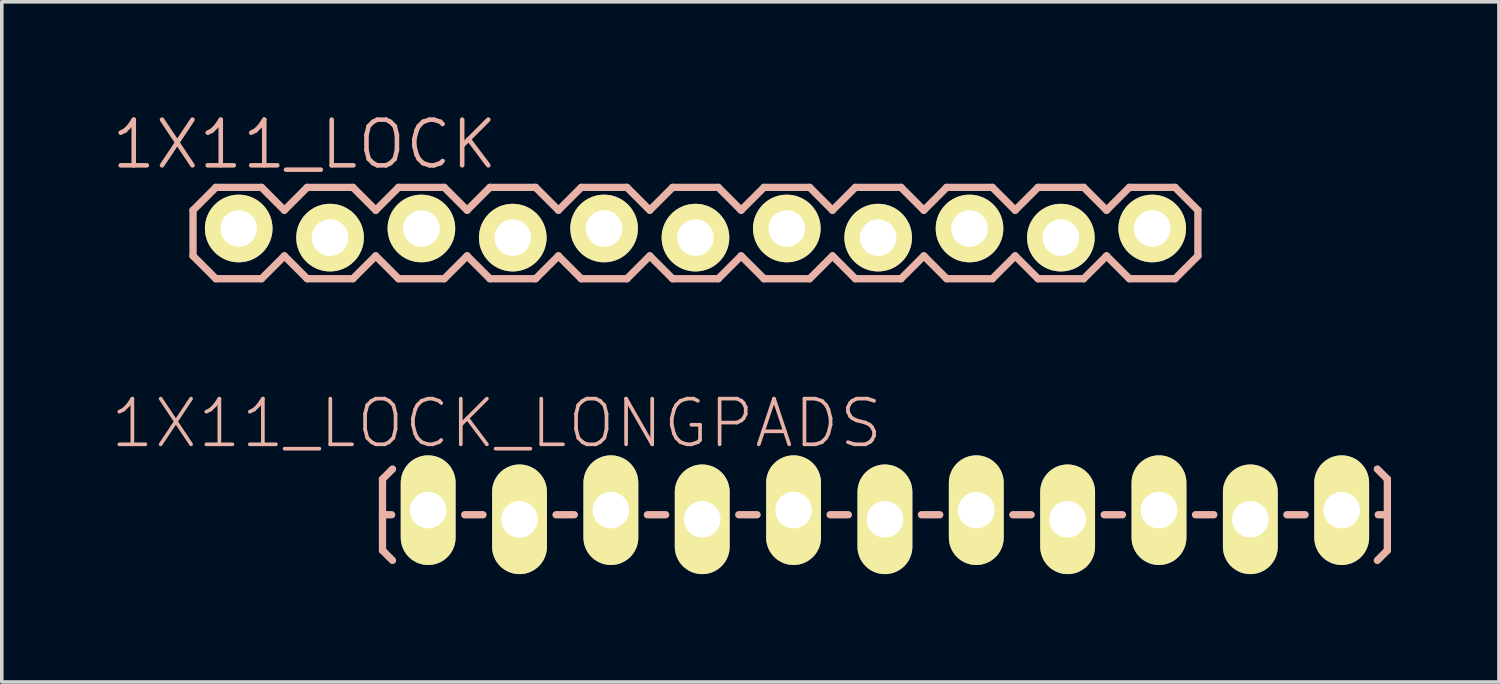
<source format=kicad_pcb>
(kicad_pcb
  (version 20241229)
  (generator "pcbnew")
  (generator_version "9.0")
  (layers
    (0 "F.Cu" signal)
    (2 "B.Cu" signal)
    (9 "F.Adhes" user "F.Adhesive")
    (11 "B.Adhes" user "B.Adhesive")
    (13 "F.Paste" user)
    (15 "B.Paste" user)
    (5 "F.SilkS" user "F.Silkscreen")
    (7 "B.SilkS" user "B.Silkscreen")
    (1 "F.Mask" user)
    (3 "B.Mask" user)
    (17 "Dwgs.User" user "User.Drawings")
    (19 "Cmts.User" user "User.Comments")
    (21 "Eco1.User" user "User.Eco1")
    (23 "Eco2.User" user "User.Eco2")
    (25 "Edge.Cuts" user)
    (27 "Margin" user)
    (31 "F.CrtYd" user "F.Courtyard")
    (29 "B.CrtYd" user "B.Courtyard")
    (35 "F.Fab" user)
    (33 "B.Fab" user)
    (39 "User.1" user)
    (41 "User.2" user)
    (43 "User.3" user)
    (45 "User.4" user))
  (footprint "1X11_LOCK"
    (layer "F.Cu")
    (at 3.587 3.43)
    (property "Reference" "1X11_LOCK" (at 1.829 -2.464 0) (layer "B.SilkS") (effects (font (size 1.27 1.27) (thickness 0.127))))
    (attr exclude_from_pos_files exclude_from_bom)
    (fp_line (start -0.254 -0.254) (end 0.254 -0.254) (stroke (width 0.066) (type solid)) (layer "F.SilkS"))
    (fp_line (start -0.254 0.254) (end -0.254 -0.254) (stroke (width 0.066) (type solid)) (layer "F.SilkS"))
    (fp_line (start -0.254 0.254) (end 0.254 0.254) (stroke (width 0.066) (type solid)) (layer "F.SilkS"))
    (fp_line (start 0.254 0.254) (end 0.254 -0.254) (stroke (width 0.066) (type solid)) (layer "F.SilkS"))
    (fp_line (start 2.286 -0.254) (end 2.794 -0.254) (stroke (width 0.066) (type solid)) (layer "F.SilkS"))
    (fp_line (start 2.286 0.254) (end 2.286 -0.254) (stroke (width 0.066) (type solid)) (layer "F.SilkS"))
    (fp_line (start 2.286 0.254) (end 2.794 0.254) (stroke (width 0.066) (type solid)) (layer "F.SilkS"))
    (fp_line (start 2.794 0.254) (end 2.794 -0.254) (stroke (width 0.066) (type solid)) (layer "F.SilkS"))
    (fp_line (start 4.826 -0.254) (end 5.334 -0.254) (stroke (width 0.066) (type solid)) (layer "F.SilkS"))
    (fp_line (start 4.826 0.254) (end 4.826 -0.254) (stroke (width 0.066) (type solid)) (layer "F.SilkS"))
    (fp_line (start 4.826 0.254) (end 5.334 0.254) (stroke (width 0.066) (type solid)) (layer "F.SilkS"))
    (fp_line (start 5.334 0.254) (end 5.334 -0.254) (stroke (width 0.066) (type solid)) (layer "F.SilkS"))
    (fp_line (start 7.366 -0.254) (end 7.874 -0.254) (stroke (width 0.066) (type solid)) (layer "F.SilkS"))
    (fp_line (start 7.366 0.254) (end 7.366 -0.254) (stroke (width 0.066) (type solid)) (layer "F.SilkS"))
    (fp_line (start 7.366 0.254) (end 7.874 0.254) (stroke (width 0.066) (type solid)) (layer "F.SilkS"))
    (fp_line (start 7.874 0.254) (end 7.874 -0.254) (stroke (width 0.066) (type solid)) (layer "F.SilkS"))
    (fp_line (start 9.906 -0.254) (end 10.414 -0.254) (stroke (width 0.066) (type solid)) (layer "F.SilkS"))
    (fp_line (start 9.906 0.254) (end 9.906 -0.254) (stroke (width 0.066) (type solid)) (layer "F.SilkS"))
    (fp_line (start 9.906 0.254) (end 10.414 0.254) (stroke (width 0.066) (type solid)) (layer "F.SilkS"))
    (fp_line (start 10.414 0.254) (end 10.414 -0.254) (stroke (width 0.066) (type solid)) (layer "F.SilkS"))
    (fp_line (start 12.446 -0.254) (end 12.954 -0.254) (stroke (width 0.066) (type solid)) (layer "F.SilkS"))
    (fp_line (start 12.446 0.254) (end 12.446 -0.254) (stroke (width 0.066) (type solid)) (layer "F.SilkS"))
    (fp_line (start 12.446 0.254) (end 12.954 0.254) (stroke (width 0.066) (type solid)) (layer "F.SilkS"))
    (fp_line (start 12.954 0.254) (end 12.954 -0.254) (stroke (width 0.066) (type solid)) (layer "F.SilkS"))
    (fp_line (start 14.986 -0.254) (end 15.494 -0.254) (stroke (width 0.066) (type solid)) (layer "F.SilkS"))
    (fp_line (start 14.986 0.254) (end 14.986 -0.254) (stroke (width 0.066) (type solid)) (layer "F.SilkS"))
    (fp_line (start 14.986 0.254) (end 15.494 0.254) (stroke (width 0.066) (type solid)) (layer "F.SilkS"))
    (fp_line (start 15.494 0.254) (end 15.494 -0.254) (stroke (width 0.066) (type solid)) (layer "F.SilkS"))
    (fp_line (start 17.523 -0.254) (end 18.034 -0.254) (stroke (width 0.066) (type solid)) (layer "F.SilkS"))
    (fp_line (start 17.523 0.254) (end 17.523 -0.254) (stroke (width 0.066) (type solid)) (layer "F.SilkS"))
    (fp_line (start 17.523 0.254) (end 18.034 0.254) (stroke (width 0.066) (type solid)) (layer "F.SilkS"))
    (fp_line (start 18.034 0.254) (end 18.034 -0.254) (stroke (width 0.066) (type solid)) (layer "F.SilkS"))
    (fp_line (start 20.066 -0.254) (end 20.574 -0.254) (stroke (width 0.066) (type solid)) (layer "F.SilkS"))
    (fp_line (start 20.066 0.254) (end 20.066 -0.254) (stroke (width 0.066) (type solid)) (layer "F.SilkS"))
    (fp_line (start 20.066 0.254) (end 20.574 0.254) (stroke (width 0.066) (type solid)) (layer "F.SilkS"))
    (fp_line (start 20.574 0.254) (end 20.574 -0.254) (stroke (width 0.066) (type solid)) (layer "F.SilkS"))
    (fp_line (start 22.606 -0.254) (end 23.114 -0.254) (stroke (width 0.066) (type solid)) (layer "F.SilkS"))
    (fp_line (start 22.606 0.254) (end 22.606 -0.254) (stroke (width 0.066) (type solid)) (layer "F.SilkS"))
    (fp_line (start 22.606 0.254) (end 23.114 0.254) (stroke (width 0.066) (type solid)) (layer "F.SilkS"))
    (fp_line (start 23.114 0.254) (end 23.114 -0.254) (stroke (width 0.066) (type solid)) (layer "F.SilkS"))
    (fp_line (start 25.146 -0.254) (end 25.654 -0.254) (stroke (width 0.066) (type solid)) (layer "F.SilkS"))
    (fp_line (start 25.146 0.254) (end 25.146 -0.254) (stroke (width 0.066) (type solid)) (layer "F.SilkS"))
    (fp_line (start 25.146 0.254) (end 25.654 0.254) (stroke (width 0.066) (type solid)) (layer "F.SilkS"))
    (fp_line (start 25.654 0.254) (end 25.654 -0.254) (stroke (width 0.066) (type solid)) (layer "F.SilkS"))
    (fp_line (start -1.27 -0.635) (end -1.27 0.635) (stroke (width 0.203) (type solid)) (layer "B.SilkS"))
    (fp_line (start -1.27 0.635) (end -0.635 1.27) (stroke (width 0.203) (type solid)) (layer "B.SilkS"))
    (fp_line (start -0.635 -1.27) (end -1.27 -0.635) (stroke (width 0.203) (type solid)) (layer "B.SilkS"))
    (fp_line (start -0.635 -1.27) (end 0.635 -1.27) (stroke (width 0.203) (type solid)) (layer "B.SilkS"))
    (fp_line (start 0.635 -1.27) (end 1.27 -0.635) (stroke (width 0.203) (type solid)) (layer "B.SilkS"))
    (fp_line (start 0.635 1.27) (end -0.635 1.27) (stroke (width 0.203) (type solid)) (layer "B.SilkS"))
    (fp_line (start 1.27 -0.635) (end 1.905 -1.27) (stroke (width 0.203) (type solid)) (layer "B.SilkS"))
    (fp_line (start 1.27 0.635) (end 0.635 1.27) (stroke (width 0.203) (type solid)) (layer "B.SilkS"))
    (fp_line (start 1.905 -1.27) (end 3.175 -1.27) (stroke (width 0.203) (type solid)) (layer "B.SilkS"))
    (fp_line (start 1.905 1.27) (end 1.27 0.635) (stroke (width 0.203) (type solid)) (layer "B.SilkS"))
    (fp_line (start 3.175 -1.27) (end 3.81 -0.635) (stroke (width 0.203) (type solid)) (layer "B.SilkS"))
    (fp_line (start 3.175 1.27) (end 1.905 1.27) (stroke (width 0.203) (type solid)) (layer "B.SilkS"))
    (fp_line (start 3.81 -0.635) (end 4.445 -1.27) (stroke (width 0.203) (type solid)) (layer "B.SilkS"))
    (fp_line (start 3.81 0.635) (end 3.175 1.27) (stroke (width 0.203) (type solid)) (layer "B.SilkS"))
    (fp_line (start 4.445 -1.27) (end 5.715 -1.27) (stroke (width 0.203) (type solid)) (layer "B.SilkS"))
    (fp_line (start 4.445 1.27) (end 3.81 0.635) (stroke (width 0.203) (type solid)) (layer "B.SilkS"))
    (fp_line (start 5.715 -1.27) (end 6.35 -0.635) (stroke (width 0.203) (type solid)) (layer "B.SilkS"))
    (fp_line (start 5.715 1.27) (end 4.445 1.27) (stroke (width 0.203) (type solid)) (layer "B.SilkS"))
    (fp_line (start 6.35 0.635) (end 5.715 1.27) (stroke (width 0.203) (type solid)) (layer "B.SilkS"))
    (fp_line (start 6.35 0.635) (end 6.985 1.27) (stroke (width 0.203) (type solid)) (layer "B.SilkS"))
    (fp_line (start 6.985 -1.27) (end 6.35 -0.635) (stroke (width 0.203) (type solid)) (layer "B.SilkS"))
    (fp_line (start 6.985 -1.27) (end 8.255 -1.27) (stroke (width 0.203) (type solid)) (layer "B.SilkS"))
    (fp_line (start 8.255 -1.27) (end 8.89 -0.635) (stroke (width 0.203) (type solid)) (layer "B.SilkS"))
    (fp_line (start 8.255 1.27) (end 6.985 1.27) (stroke (width 0.203) (type solid)) (layer "B.SilkS"))
    (fp_line (start 8.89 -0.635) (end 9.525 -1.27) (stroke (width 0.203) (type solid)) (layer "B.SilkS"))
    (fp_line (start 8.89 0.635) (end 8.255 1.27) (stroke (width 0.203) (type solid)) (layer "B.SilkS"))
    (fp_line (start 9.525 -1.27) (end 10.795 -1.27) (stroke (width 0.203) (type solid)) (layer "B.SilkS"))
    (fp_line (start 9.525 1.27) (end 8.89 0.635) (stroke (width 0.203) (type solid)) (layer "B.SilkS"))
    (fp_line (start 10.795 -1.27) (end 11.43 -0.635) (stroke (width 0.203) (type solid)) (layer "B.SilkS"))
    (fp_line (start 10.795 1.27) (end 9.525 1.27) (stroke (width 0.203) (type solid)) (layer "B.SilkS"))
    (fp_line (start 11.43 -0.635) (end 12.065 -1.27) (stroke (width 0.203) (type solid)) (layer "B.SilkS"))
    (fp_line (start 11.43 0.635) (end 10.795 1.27) (stroke (width 0.203) (type solid)) (layer "B.SilkS"))
    (fp_line (start 12.065 -1.27) (end 13.335 -1.27) (stroke (width 0.203) (type solid)) (layer "B.SilkS"))
    (fp_line (start 12.065 1.27) (end 11.43 0.635) (stroke (width 0.203) (type solid)) (layer "B.SilkS"))
    (fp_line (start 13.335 -1.27) (end 13.97 -0.635) (stroke (width 0.203) (type solid)) (layer "B.SilkS"))
    (fp_line (start 13.335 1.27) (end 12.065 1.27) (stroke (width 0.203) (type solid)) (layer "B.SilkS"))
    (fp_line (start 13.97 0.635) (end 13.335 1.27) (stroke (width 0.203) (type solid)) (layer "B.SilkS"))
    (fp_line (start 13.97 0.635) (end 14.605 1.27) (stroke (width 0.203) (type solid)) (layer "B.SilkS"))
    (fp_line (start 14.605 -1.27) (end 13.97 -0.635) (stroke (width 0.203) (type solid)) (layer "B.SilkS"))
    (fp_line (start 14.605 -1.27) (end 15.875 -1.27) (stroke (width 0.203) (type solid)) (layer "B.SilkS"))
    (fp_line (start 15.875 -1.27) (end 16.51 -0.635) (stroke (width 0.203) (type solid)) (layer "B.SilkS"))
    (fp_line (start 15.875 1.27) (end 14.605 1.27) (stroke (width 0.203) (type solid)) (layer "B.SilkS"))
    (fp_line (start 16.51 0.635) (end 15.875 1.27) (stroke (width 0.203) (type solid)) (layer "B.SilkS"))
    (fp_line (start 16.51 0.635) (end 17.145 1.27) (stroke (width 0.203) (type solid)) (layer "B.SilkS"))
    (fp_line (start 17.145 -1.27) (end 16.51 -0.635) (stroke (width 0.203) (type solid)) (layer "B.SilkS"))
    (fp_line (start 17.145 -1.27) (end 18.415 -1.27) (stroke (width 0.203) (type solid)) (layer "B.SilkS"))
    (fp_line (start 18.415 -1.27) (end 19.05 -0.635) (stroke (width 0.203) (type solid)) (layer "B.SilkS"))
    (fp_line (start 18.415 1.27) (end 17.145 1.27) (stroke (width 0.203) (type solid)) (layer "B.SilkS"))
    (fp_line (start 19.05 0.635) (end 18.415 1.27) (stroke (width 0.203) (type solid)) (layer "B.SilkS"))
    (fp_line (start 19.05 0.635) (end 19.685 1.27) (stroke (width 0.203) (type solid)) (layer "B.SilkS"))
    (fp_line (start 19.685 -1.27) (end 19.05 -0.635) (stroke (width 0.203) (type solid)) (layer "B.SilkS"))
    (fp_line (start 19.685 -1.27) (end 20.955 -1.27) (stroke (width 0.203) (type solid)) (layer "B.SilkS"))
    (fp_line (start 20.955 -1.27) (end 21.59 -0.635) (stroke (width 0.203) (type solid)) (layer "B.SilkS"))
    (fp_line (start 20.955 1.27) (end 19.685 1.27) (stroke (width 0.203) (type solid)) (layer "B.SilkS"))
    (fp_line (start 21.59 0.635) (end 20.955 1.27) (stroke (width 0.203) (type solid)) (layer "B.SilkS"))
    (fp_line (start 21.59 0.635) (end 22.225 1.27) (stroke (width 0.203) (type solid)) (layer "B.SilkS"))
    (fp_line (start 22.225 -1.27) (end 21.59 -0.635) (stroke (width 0.203) (type solid)) (layer "B.SilkS"))
    (fp_line (start 22.225 -1.27) (end 23.495 -1.27) (stroke (width 0.203) (type solid)) (layer "B.SilkS"))
    (fp_line (start 23.495 -1.27) (end 24.13 -0.635) (stroke (width 0.203) (type solid)) (layer "B.SilkS"))
    (fp_line (start 23.495 1.27) (end 22.225 1.27) (stroke (width 0.203) (type solid)) (layer "B.SilkS"))
    (fp_line (start 24.13 0.635) (end 23.495 1.27) (stroke (width 0.203) (type solid)) (layer "B.SilkS"))
    (fp_line (start 24.13 0.635) (end 24.765 1.27) (stroke (width 0.203) (type solid)) (layer "B.SilkS"))
    (fp_line (start 24.765 -1.27) (end 24.13 -0.635) (stroke (width 0.203) (type solid)) (layer "B.SilkS"))
    (fp_line (start 24.765 -1.27) (end 26.035 -1.27) (stroke (width 0.203) (type solid)) (layer "B.SilkS"))
    (fp_line (start 26.035 -1.27) (end 26.67 -0.635) (stroke (width 0.203) (type solid)) (layer "B.SilkS"))
    (fp_line (start 26.035 1.27) (end 24.765 1.27) (stroke (width 0.203) (type solid)) (layer "B.SilkS"))
    (fp_line (start 26.67 -0.635) (end 26.67 0.635) (stroke (width 0.203) (type solid)) (layer "B.SilkS"))
    (fp_line (start 26.67 0.635) (end 26.035 1.27) (stroke (width 0.203) (type solid)) (layer "B.SilkS"))
    (pad "1" thru_hole circle (at 0 -0.127) (size 1.88 1.88) (drill 1.016) (layers "*.Cu" "F.Mask" "F.SilkS" "F.Paste"))
    (pad "2" thru_hole circle (at 2.54 0.127) (size 1.88 1.88) (drill 1.016) (layers "*.Cu" "F.Mask" "F.SilkS" "F.Paste"))
    (pad "3" thru_hole circle (at 5.08 -0.127) (size 1.88 1.88) (drill 1.016) (layers "*.Cu" "F.Mask" "F.SilkS" "F.Paste"))
    (pad "4" thru_hole circle (at 7.62 0.127) (size 1.88 1.88) (drill 1.016) (layers "*.Cu" "F.Mask" "F.SilkS" "F.Paste"))
    (pad "5" thru_hole circle (at 10.16 -0.127) (size 1.88 1.88) (drill 1.016) (layers "*.Cu" "F.Mask" "F.SilkS" "F.Paste"))
    (pad "6" thru_hole circle (at 12.7 0.127) (size 1.88 1.88) (drill 1.016) (layers "*.Cu" "F.Mask" "F.SilkS" "F.Paste"))
    (pad "7" thru_hole circle (at 15.24 -0.127) (size 1.88 1.88) (drill 1.016) (layers "*.Cu" "F.Mask" "F.SilkS" "F.Paste"))
    (pad "8" thru_hole circle (at 17.78 0.127) (size 1.88 1.88) (drill 1.016) (layers "*.Cu" "F.Mask" "F.SilkS" "F.Paste"))
    (pad "9" thru_hole circle (at 20.32 -0.127) (size 1.88 1.88) (drill 1.016) (layers "*.Cu" "F.Mask" "F.SilkS" "F.Paste"))
    (pad "10" thru_hole circle (at 22.86 0.127) (size 1.88 1.88) (drill 1.016) (layers "*.Cu" "F.Mask" "F.SilkS" "F.Paste"))
    (pad "11" thru_hole circle (at 25.4 -0.127) (size 1.88 1.88) (drill 1.016) (layers "*.Cu" "F.Mask" "F.SilkS" "F.Paste")))
  (footprint "1X11_LOCK_LONGPADS"
    (layer "F.Cu")
    (at 8.855 11.262)
    (property "Reference" "1X11_LOCK_LONGPADS" (at 1.905 -2.54 0) (layer "B.SilkS") (effects (font (size 1.27 1.27) (thickness 0.102))))
    (attr exclude_from_pos_files exclude_from_bom)
    (fp_line (start -0.292 -0.292) (end 0.292 -0.292) (stroke (width 0.066) (type solid)) (layer "F.SilkS"))
    (fp_line (start -0.292 0.292) (end -0.292 -0.292) (stroke (width 0.066) (type solid)) (layer "F.SilkS"))
    (fp_line (start -0.292 0.292) (end 0.292 0.292) (stroke (width 0.066) (type solid)) (layer "F.SilkS"))
    (fp_line (start 0.292 0.292) (end 0.292 -0.292) (stroke (width 0.066) (type solid)) (layer "F.SilkS"))
    (fp_line (start 2.248 -0.292) (end 2.832 -0.292) (stroke (width 0.066) (type solid)) (layer "F.SilkS"))
    (fp_line (start 2.248 0.292) (end 2.248 -0.292) (stroke (width 0.066) (type solid)) (layer "F.SilkS"))
    (fp_line (start 2.248 0.292) (end 2.832 0.292) (stroke (width 0.066) (type solid)) (layer "F.SilkS"))
    (fp_line (start 2.832 0.292) (end 2.832 -0.292) (stroke (width 0.066) (type solid)) (layer "F.SilkS"))
    (fp_line (start 4.788 -0.292) (end 5.372 -0.292) (stroke (width 0.066) (type solid)) (layer "F.SilkS"))
    (fp_line (start 4.788 0.292) (end 4.788 -0.292) (stroke (width 0.066) (type solid)) (layer "F.SilkS"))
    (fp_line (start 4.788 0.292) (end 5.372 0.292) (stroke (width 0.066) (type solid)) (layer "F.SilkS"))
    (fp_line (start 5.372 0.292) (end 5.372 -0.292) (stroke (width 0.066) (type solid)) (layer "F.SilkS"))
    (fp_line (start 7.328 -0.292) (end 7.912 -0.292) (stroke (width 0.066) (type solid)) (layer "F.SilkS"))
    (fp_line (start 7.328 0.292) (end 7.328 -0.292) (stroke (width 0.066) (type solid)) (layer "F.SilkS"))
    (fp_line (start 7.328 0.292) (end 7.912 0.292) (stroke (width 0.066) (type solid)) (layer "F.SilkS"))
    (fp_line (start 7.912 0.292) (end 7.912 -0.292) (stroke (width 0.066) (type solid)) (layer "F.SilkS"))
    (fp_line (start 9.868 -0.292) (end 10.452 -0.292) (stroke (width 0.066) (type solid)) (layer "F.SilkS"))
    (fp_line (start 9.868 0.292) (end 9.868 -0.292) (stroke (width 0.066) (type solid)) (layer "F.SilkS"))
    (fp_line (start 9.868 0.292) (end 10.452 0.292) (stroke (width 0.066) (type solid)) (layer "F.SilkS"))
    (fp_line (start 10.452 0.292) (end 10.452 -0.292) (stroke (width 0.066) (type solid)) (layer "F.SilkS"))
    (fp_line (start 12.408 -0.292) (end 12.992 -0.292) (stroke (width 0.066) (type solid)) (layer "F.SilkS"))
    (fp_line (start 12.408 0.292) (end 12.408 -0.292) (stroke (width 0.066) (type solid)) (layer "F.SilkS"))
    (fp_line (start 12.408 0.292) (end 12.992 0.292) (stroke (width 0.066) (type solid)) (layer "F.SilkS"))
    (fp_line (start 12.992 0.292) (end 12.992 -0.292) (stroke (width 0.066) (type solid)) (layer "F.SilkS"))
    (fp_line (start 14.948 -0.292) (end 15.532 -0.292) (stroke (width 0.066) (type solid)) (layer "F.SilkS"))
    (fp_line (start 14.948 0.292) (end 14.948 -0.292) (stroke (width 0.066) (type solid)) (layer "F.SilkS"))
    (fp_line (start 14.948 0.292) (end 15.532 0.292) (stroke (width 0.066) (type solid)) (layer "F.SilkS"))
    (fp_line (start 15.532 0.292) (end 15.532 -0.292) (stroke (width 0.066) (type solid)) (layer "F.SilkS"))
    (fp_line (start 17.488 -0.292) (end 18.072 -0.292) (stroke (width 0.066) (type solid)) (layer "F.SilkS"))
    (fp_line (start 17.488 0.292) (end 17.488 -0.292) (stroke (width 0.066) (type solid)) (layer "F.SilkS"))
    (fp_line (start 17.488 0.292) (end 18.072 0.292) (stroke (width 0.066) (type solid)) (layer "F.SilkS"))
    (fp_line (start 18.072 0.292) (end 18.072 -0.292) (stroke (width 0.066) (type solid)) (layer "F.SilkS"))
    (fp_line (start 20.028 -0.292) (end 20.612 -0.292) (stroke (width 0.066) (type solid)) (layer "F.SilkS"))
    (fp_line (start 20.028 0.292) (end 20.028 -0.292) (stroke (width 0.066) (type solid)) (layer "F.SilkS"))
    (fp_line (start 20.028 0.292) (end 20.612 0.292) (stroke (width 0.066) (type solid)) (layer "F.SilkS"))
    (fp_line (start 20.612 0.292) (end 20.612 -0.292) (stroke (width 0.066) (type solid)) (layer "F.SilkS"))
    (fp_line (start 22.568 -0.292) (end 23.152 -0.292) (stroke (width 0.066) (type solid)) (layer "F.SilkS"))
    (fp_line (start 22.568 0.292) (end 22.568 -0.292) (stroke (width 0.066) (type solid)) (layer "F.SilkS"))
    (fp_line (start 22.568 0.292) (end 23.152 0.292) (stroke (width 0.066) (type solid)) (layer "F.SilkS"))
    (fp_line (start 23.152 0.292) (end 23.152 -0.292) (stroke (width 0.066) (type solid)) (layer "F.SilkS"))
    (fp_line (start 25.108 -0.292) (end 25.692 -0.292) (stroke (width 0.066) (type solid)) (layer "F.SilkS"))
    (fp_line (start 25.108 0.292) (end 25.108 -0.292) (stroke (width 0.066) (type solid)) (layer "F.SilkS"))
    (fp_line (start 25.108 0.292) (end 25.692 0.292) (stroke (width 0.066) (type solid)) (layer "F.SilkS"))
    (fp_line (start 25.692 0.292) (end 25.692 -0.292) (stroke (width 0.066) (type solid)) (layer "F.SilkS"))
    (fp_line (start -1.27 -0.991) (end -0.991 -1.27) (stroke (width 0.203) (type solid)) (layer "B.SilkS"))
    (fp_line (start -1.27 0) (end -1.27 -0.991) (stroke (width 0.203) (type solid)) (layer "B.SilkS"))
    (fp_line (start -1.27 0) (end -1.27 0.991) (stroke (width 0.203) (type solid)) (layer "B.SilkS"))
    (fp_line (start -1.27 0) (end -1.016 0) (stroke (width 0.203) (type solid)) (layer "B.SilkS"))
    (fp_line (start -1.27 0.991) (end -0.991 1.27) (stroke (width 0.203) (type solid)) (layer "B.SilkS"))
    (fp_line (start 1.524 0) (end 1.016 0) (stroke (width 0.203) (type solid)) (layer "B.SilkS"))
    (fp_line (start 4.064 0) (end 3.556 0) (stroke (width 0.203) (type solid)) (layer "B.SilkS"))
    (fp_line (start 6.604 0) (end 6.096 0) (stroke (width 0.203) (type solid)) (layer "B.SilkS"))
    (fp_line (start 9.144 0) (end 8.636 0) (stroke (width 0.203) (type solid)) (layer "B.SilkS"))
    (fp_line (start 11.684 0) (end 11.176 0) (stroke (width 0.203) (type solid)) (layer "B.SilkS"))
    (fp_line (start 14.224 0) (end 13.716 0) (stroke (width 0.203) (type solid)) (layer "B.SilkS"))
    (fp_line (start 16.764 0) (end 16.256 0) (stroke (width 0.203) (type solid)) (layer "B.SilkS"))
    (fp_line (start 19.304 0) (end 18.796 0) (stroke (width 0.203) (type solid)) (layer "B.SilkS"))
    (fp_line (start 21.844 0) (end 21.336 0) (stroke (width 0.203) (type solid)) (layer "B.SilkS"))
    (fp_line (start 24.384 0) (end 23.876 0) (stroke (width 0.203) (type solid)) (layer "B.SilkS"))
    (fp_line (start 26.67 -0.991) (end 26.391 -1.27) (stroke (width 0.203) (type solid)) (layer "B.SilkS"))
    (fp_line (start 26.67 0) (end 26.416 0) (stroke (width 0.203) (type solid)) (layer "B.SilkS"))
    (fp_line (start 26.67 0) (end 26.67 -0.991) (stroke (width 0.203) (type solid)) (layer "B.SilkS"))
    (fp_line (start 26.67 0) (end 26.67 0.991) (stroke (width 0.203) (type solid)) (layer "B.SilkS"))
    (fp_line (start 26.67 0.991) (end 26.391 1.27) (stroke (width 0.203) (type solid)) (layer "B.SilkS"))
    (pad "1" thru_hole oval (at 0 -0.127 180) (size 1.524 3.048) (drill 1.016) (layers "*.Cu" "F.Mask" "F.SilkS" "F.Paste"))
    (pad "2" thru_hole oval (at 2.54 0.127 180) (size 1.524 3.048) (drill 1.016) (layers "*.Cu" "F.Mask" "F.SilkS" "F.Paste"))
    (pad "3" thru_hole oval (at 5.08 -0.127 180) (size 1.524 3.048) (drill 1.016) (layers "*.Cu" "F.Mask" "F.SilkS" "F.Paste"))
    (pad "4" thru_hole oval (at 7.62 0.127 180) (size 1.524 3.048) (drill 1.016) (layers "*.Cu" "F.Mask" "F.SilkS" "F.Paste"))
    (pad "5" thru_hole oval (at 10.16 -0.127 180) (size 1.524 3.048) (drill 1.016) (layers "*.Cu" "F.Mask" "F.SilkS" "F.Paste"))
    (pad "6" thru_hole oval (at 12.7 0.127 180) (size 1.524 3.048) (drill 1.016) (layers "*.Cu" "F.Mask" "F.SilkS" "F.Paste"))
    (pad "7" thru_hole oval (at 15.24 -0.127 180) (size 1.524 3.048) (drill 1.016) (layers "*.Cu" "F.Mask" "F.SilkS" "F.Paste"))
    (pad "8" thru_hole oval (at 17.78 0.127 180) (size 1.524 3.048) (drill 1.016) (layers "*.Cu" "F.Mask" "F.SilkS" "F.Paste"))
    (pad "9" thru_hole oval (at 20.32 -0.127 180) (size 1.524 3.048) (drill 1.016) (layers "*.Cu" "F.Mask" "F.SilkS" "F.Paste"))
    (pad "10" thru_hole oval (at 22.86 0.127 180) (size 1.524 3.048) (drill 1.016) (layers "*.Cu" "F.Mask" "F.SilkS" "F.Paste"))
    (pad "11" thru_hole oval (at 25.4 -0.127 180) (size 1.524 3.048) (drill 1.016) (layers "*.Cu" "F.Mask" "F.SilkS" "F.Paste")))
  (gr_rect
    (start -3 -3)
    (end 38.627 15.913)
    (stroke (width 0.1) (type default))
    (fill no)
    (layer "Edge.Cuts")))
</source>
